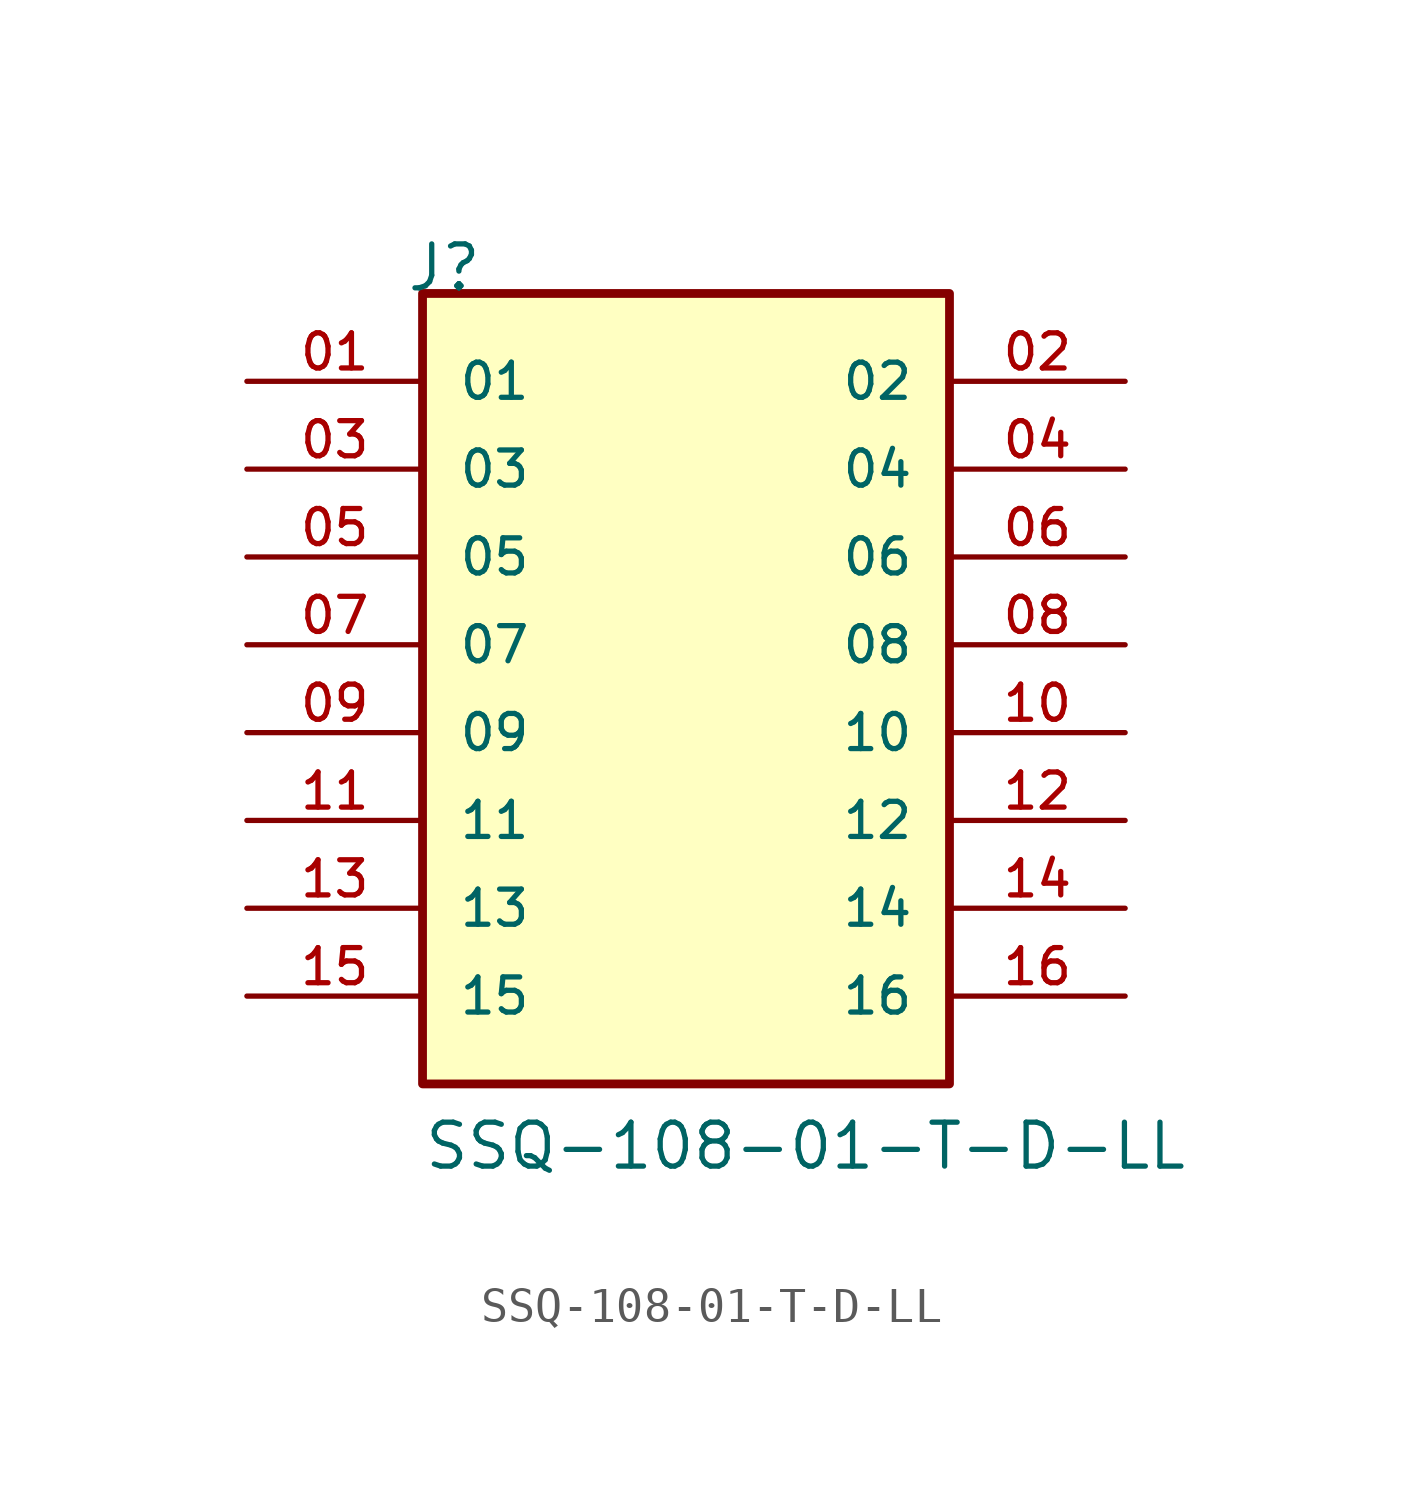
<source format=kicad_sym>
(kicad_symbol_lib
  (version 20211014)
  (generator kicad_symbol_editor)
  (symbol "SSQ-108-01-T-D-LL"
    (pin_names
      (offset 1.016))
    (property "Reference" "J"
      (at -8.12 12.7 0)
      (effects (font (size 1.27 1.27)) (justify bottom left)))
    (property "Value" "SSQ-108-01-T-D-LL"
      (at -7.62 -12.7 0)
      (effects (font (size 1.27 1.27)) (justify bottom left)))
    (symbol "SSQ-108-01-T-D-LL_0_0"
      (rectangle (start -7.62 -10.16) (end 7.62 12.7) (stroke (width 0.254)) (fill (type background)))
      (pin passive line (at -12.7 10.16 0) (length 5.08) (name "01" (effects (font (size 1.016 1.016)))) (number "01" (effects (font (size 1.016 1.016)))))
      (pin passive line (at 12.7 10.16 180.0) (length 5.08) (name "02" (effects (font (size 1.016 1.016)))) (number "02" (effects (font (size 1.016 1.016)))))
      (pin passive line (at -12.7 7.62 0) (length 5.08) (name "03" (effects (font (size 1.016 1.016)))) (number "03" (effects (font (size 1.016 1.016)))))
      (pin passive line (at 12.7 7.62 180.0) (length 5.08) (name "04" (effects (font (size 1.016 1.016)))) (number "04" (effects (font (size 1.016 1.016)))))
      (pin passive line (at -12.7 5.08 0) (length 5.08) (name "05" (effects (font (size 1.016 1.016)))) (number "05" (effects (font (size 1.016 1.016)))))
      (pin passive line (at 12.7 5.08 180.0) (length 5.08) (name "06" (effects (font (size 1.016 1.016)))) (number "06" (effects (font (size 1.016 1.016)))))
      (pin passive line (at -12.7 2.54 0) (length 5.08) (name "07" (effects (font (size 1.016 1.016)))) (number "07" (effects (font (size 1.016 1.016)))))
      (pin passive line (at 12.7 2.54 180.0) (length 5.08) (name "08" (effects (font (size 1.016 1.016)))) (number "08" (effects (font (size 1.016 1.016)))))
      (pin passive line (at -12.7 0.0 0) (length 5.08) (name "09" (effects (font (size 1.016 1.016)))) (number "09" (effects (font (size 1.016 1.016)))))
      (pin passive line (at 12.7 0.0 180.0) (length 5.08) (name "10" (effects (font (size 1.016 1.016)))) (number "10" (effects (font (size 1.016 1.016)))))
      (pin passive line (at -12.7 -2.54 0) (length 5.08) (name "11" (effects (font (size 1.016 1.016)))) (number "11" (effects (font (size 1.016 1.016)))))
      (pin passive line (at 12.7 -2.54 180.0) (length 5.08) (name "12" (effects (font (size 1.016 1.016)))) (number "12" (effects (font (size 1.016 1.016)))))
      (pin passive line (at -12.7 -5.08 0) (length 5.08) (name "13" (effects (font (size 1.016 1.016)))) (number "13" (effects (font (size 1.016 1.016)))))
      (pin passive line (at 12.7 -5.08 180.0) (length 5.08) (name "14" (effects (font (size 1.016 1.016)))) (number "14" (effects (font (size 1.016 1.016)))))
      (pin passive line (at -12.7 -7.62 0) (length 5.08) (name "15" (effects (font (size 1.016 1.016)))) (number "15" (effects (font (size 1.016 1.016)))))
      (pin passive line (at 12.7 -7.62 180.0) (length 5.08) (name "16" (effects (font (size 1.016 1.016)))) (number "16" (effects (font (size 1.016 1.016))))))))
</source>
